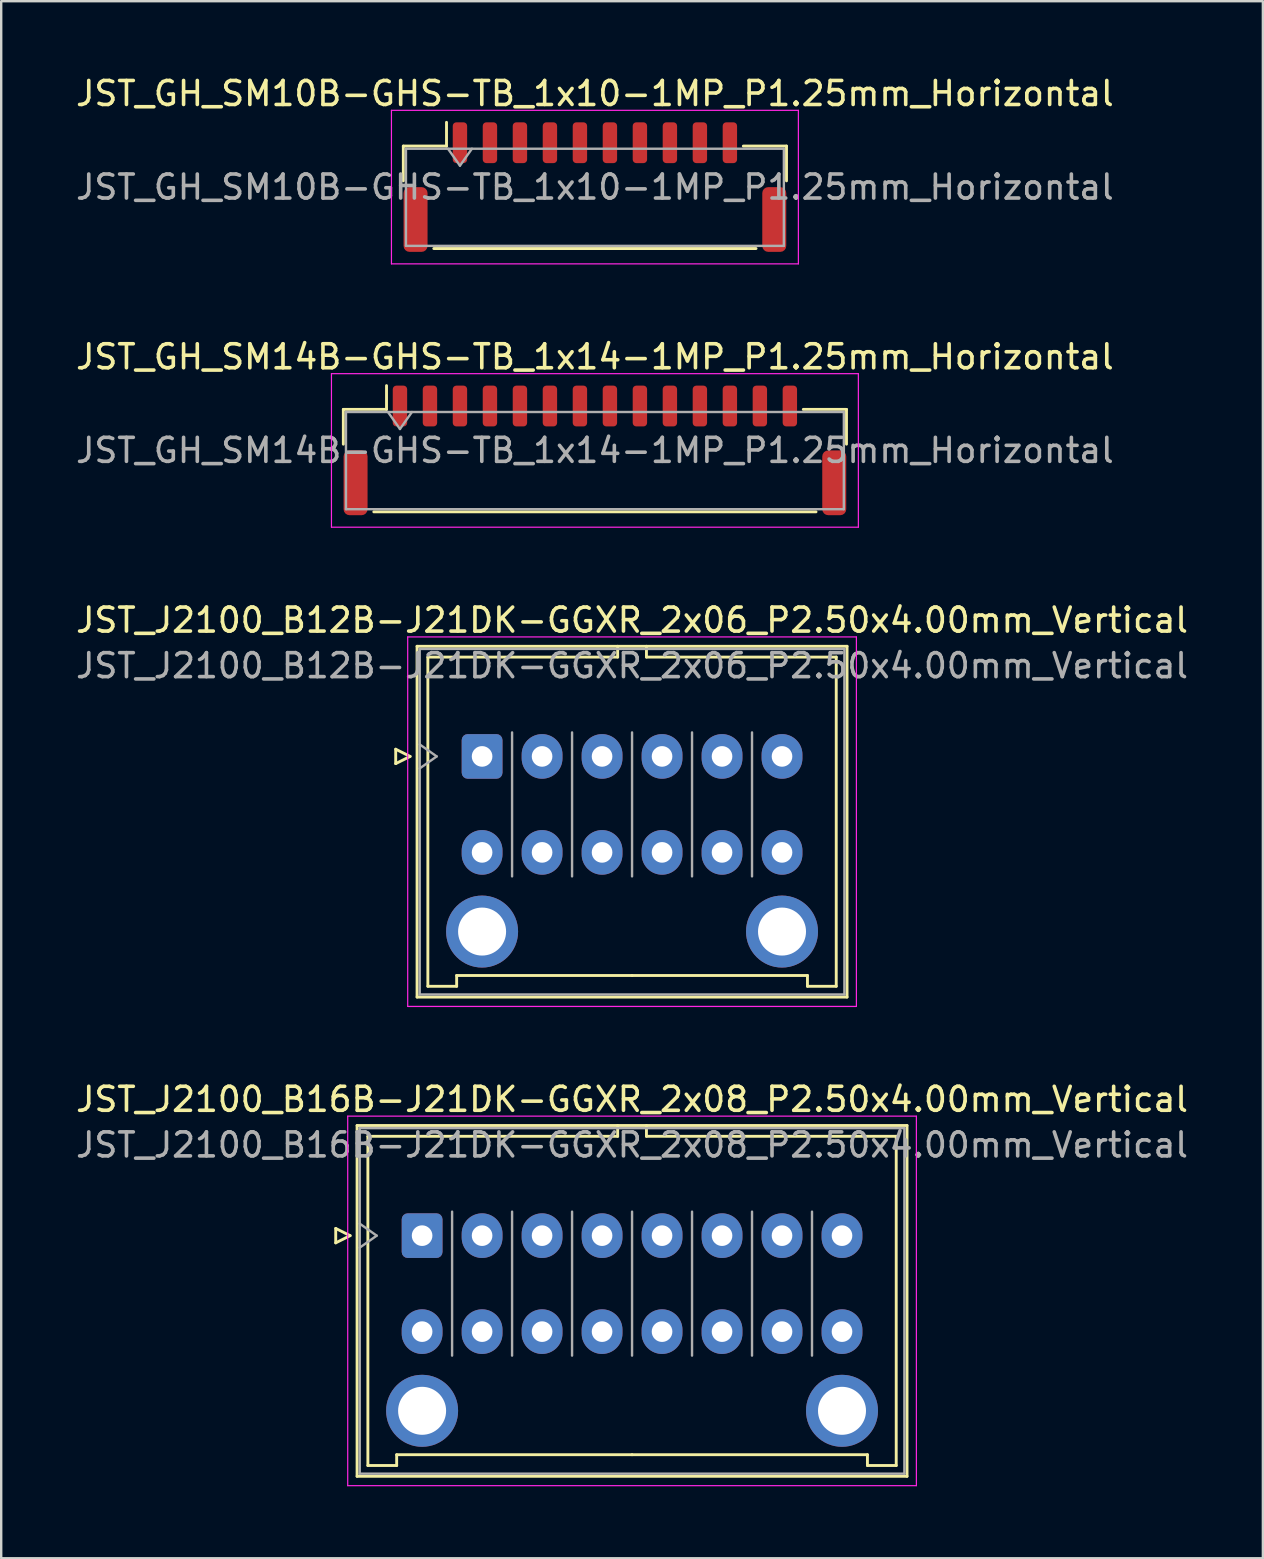
<source format=kicad_pcb>
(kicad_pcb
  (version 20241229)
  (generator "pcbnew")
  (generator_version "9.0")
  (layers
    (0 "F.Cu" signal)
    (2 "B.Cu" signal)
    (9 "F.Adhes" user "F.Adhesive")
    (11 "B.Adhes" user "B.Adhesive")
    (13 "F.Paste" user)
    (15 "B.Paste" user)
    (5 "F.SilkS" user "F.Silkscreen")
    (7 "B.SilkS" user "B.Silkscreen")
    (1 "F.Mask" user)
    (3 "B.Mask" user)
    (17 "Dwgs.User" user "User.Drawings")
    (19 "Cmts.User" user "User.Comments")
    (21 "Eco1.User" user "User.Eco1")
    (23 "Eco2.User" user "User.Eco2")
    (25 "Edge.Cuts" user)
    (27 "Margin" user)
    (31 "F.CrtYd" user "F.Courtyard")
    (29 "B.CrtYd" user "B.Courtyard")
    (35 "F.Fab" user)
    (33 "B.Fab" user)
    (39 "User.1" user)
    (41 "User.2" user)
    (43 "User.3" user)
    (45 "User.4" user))
  (footprint "JST_J2100_B12B-J21DK-GGXR_2x06_P2.50x4.00mm_Vertical"
    (layer "F.Cu")
    (at 17.042 28.475)
    (property "Reference" "JST_J2100_B12B-J21DK-GGXR_2x06_P2.50x4.00mm_Vertical" (at 6.25 -5.68 0) (layer "F.SilkS") (effects (font (size 1 1) (thickness 0.15))))
    (attr through_hole)
    (fp_line (start -3.6 -0.3) (end -3 0) (stroke (width 0.12) (type solid)) (layer "F.SilkS"))
    (fp_line (start -3.6 0.3) (end -3.6 -0.3) (stroke (width 0.12) (type solid)) (layer "F.SilkS"))
    (fp_line (start -3 0) (end -3.6 0.3) (stroke (width 0.12) (type solid)) (layer "F.SilkS"))
    (fp_line (start -2.71 -4.59) (end -2.71 10.03) (stroke (width 0.12) (type solid)) (layer "F.SilkS"))
    (fp_line (start -2.71 10.03) (end 15.21 10.03) (stroke (width 0.12) (type solid)) (layer "F.SilkS"))
    (fp_line (start -2.26 -4.14) (end -2.26 9.58) (stroke (width 0.12) (type solid)) (layer "F.SilkS"))
    (fp_line (start -2.26 9.58) (end -1.06 9.58) (stroke (width 0.12) (type solid)) (layer "F.SilkS"))
    (fp_line (start -1.06 9.13) (end 6.25 9.13) (stroke (width 0.12) (type solid)) (layer "F.SilkS"))
    (fp_line (start -1.06 9.58) (end -1.06 9.13) (stroke (width 0.12) (type solid)) (layer "F.SilkS"))
    (fp_line (start 5.65 -4.59) (end 5.65 -4.14) (stroke (width 0.12) (type solid)) (layer "F.SilkS"))
    (fp_line (start 5.65 -4.14) (end -2.26 -4.14) (stroke (width 0.12) (type solid)) (layer "F.SilkS"))
    (fp_line (start 6.85 -4.59) (end 6.85 -4.14) (stroke (width 0.12) (type solid)) (layer "F.SilkS"))
    (fp_line (start 6.85 -4.14) (end 14.76 -4.14) (stroke (width 0.12) (type solid)) (layer "F.SilkS"))
    (fp_line (start 13.56 9.13) (end 6.25 9.13) (stroke (width 0.12) (type solid)) (layer "F.SilkS"))
    (fp_line (start 13.56 9.58) (end 13.56 9.13) (stroke (width 0.12) (type solid)) (layer "F.SilkS"))
    (fp_line (start 14.76 -4.14) (end 14.76 9.58) (stroke (width 0.12) (type solid)) (layer "F.SilkS"))
    (fp_line (start 14.76 9.58) (end 13.56 9.58) (stroke (width 0.12) (type solid)) (layer "F.SilkS"))
    (fp_line (start 15.21 -4.59) (end -2.71 -4.59) (stroke (width 0.12) (type solid)) (layer "F.SilkS"))
    (fp_line (start 15.21 10.03) (end 15.21 -4.59) (stroke (width 0.12) (type solid)) (layer "F.SilkS"))
    (fp_line (start -3.1 -4.98) (end -3.1 10.42) (stroke (width 0.05) (type solid)) (layer "F.CrtYd"))
    (fp_line (start -3.1 10.42) (end 15.6 10.42) (stroke (width 0.05) (type solid)) (layer "F.CrtYd"))
    (fp_line (start 15.6 -4.98) (end -3.1 -4.98) (stroke (width 0.05) (type solid)) (layer "F.CrtYd"))
    (fp_line (start 15.6 10.42) (end 15.6 -4.98) (stroke (width 0.05) (type solid)) (layer "F.CrtYd"))
    (fp_line (start -2.6 -4.48) (end -2.6 9.92) (stroke (width 0.1) (type solid)) (layer "F.Fab"))
    (fp_line (start -2.6 0.5) (end -1.893 0) (stroke (width 0.1) (type solid)) (layer "F.Fab"))
    (fp_line (start -2.6 9.92) (end 15.1 9.92) (stroke (width 0.1) (type solid)) (layer "F.Fab"))
    (fp_line (start -1.893 0) (end -2.6 -0.5) (stroke (width 0.1) (type solid)) (layer "F.Fab"))
    (fp_line (start 1.25 5) (end 1.25 -1) (stroke (width 0.1) (type solid)) (layer "F.Fab"))
    (fp_line (start 3.75 5) (end 3.75 -1) (stroke (width 0.1) (type solid)) (layer "F.Fab"))
    (fp_line (start 6.25 5) (end 6.25 -1) (stroke (width 0.1) (type solid)) (layer "F.Fab"))
    (fp_line (start 8.75 5) (end 8.75 -1) (stroke (width 0.1) (type solid)) (layer "F.Fab"))
    (fp_line (start 11.25 5) (end 11.25 -1) (stroke (width 0.1) (type solid)) (layer "F.Fab"))
    (fp_line (start 15.1 -4.48) (end -2.6 -4.48) (stroke (width 0.1) (type solid)) (layer "F.Fab"))
    (fp_line (start 15.1 9.92) (end 15.1 -4.48) (stroke (width 0.1) (type solid)) (layer "F.Fab"))
    (fp_text user "${REFERENCE}" (at 6.25 -3.78 0) (layer "F.Fab") (effects (font (size 1 1) (thickness 0.15))))
    (pad "" thru_hole circle (at 0 7.3) (size 3 3) (drill 2) (layers "*.Cu" "*.Mask"))
    (pad "" thru_hole circle (at 12.5 7.3) (size 3 3) (drill 2) (layers "*.Cu" "*.Mask"))
    (pad "1" thru_hole roundrect (at 0 0) (size 1.7 1.86) (drill 0.86) (layers "*.Cu" "*.Mask") (roundrect_rratio 0.147))
    (pad "2" thru_hole oval (at 2.5 0) (size 1.7 1.86) (drill 0.86) (layers "*.Cu" "*.Mask"))
    (pad "3" thru_hole oval (at 5 0) (size 1.7 1.86) (drill 0.86) (layers "*.Cu" "*.Mask"))
    (pad "4" thru_hole oval (at 7.5 0) (size 1.7 1.86) (drill 0.86) (layers "*.Cu" "*.Mask"))
    (pad "5" thru_hole oval (at 10 0) (size 1.7 1.86) (drill 0.86) (layers "*.Cu" "*.Mask"))
    (pad "6" thru_hole oval (at 12.5 0) (size 1.7 1.86) (drill 0.86) (layers "*.Cu" "*.Mask"))
    (pad "7" thru_hole oval (at 0 4) (size 1.7 1.86) (drill 0.86) (layers "*.Cu" "*.Mask"))
    (pad "8" thru_hole oval (at 2.5 4) (size 1.7 1.86) (drill 0.86) (layers "*.Cu" "*.Mask"))
    (pad "9" thru_hole oval (at 5 4) (size 1.7 1.86) (drill 0.86) (layers "*.Cu" "*.Mask"))
    (pad "10" thru_hole oval (at 7.5 4) (size 1.7 1.86) (drill 0.86) (layers "*.Cu" "*.Mask"))
    (pad "11" thru_hole oval (at 10 4) (size 1.7 1.86) (drill 0.86) (layers "*.Cu" "*.Mask"))
    (pad "12" thru_hole oval (at 12.5 4) (size 1.7 1.86) (drill 0.86) (layers "*.Cu" "*.Mask")))
  (footprint "JST_J2100_B16B-J21DK-GGXR_2x08_P2.50x4.00mm_Vertical"
    (layer "F.Cu")
    (at 14.542 48.448)
    (property "Reference" "JST_J2100_B16B-J21DK-GGXR_2x08_P2.50x4.00mm_Vertical" (at 8.75 -5.68 0) (layer "F.SilkS") (effects (font (size 1 1) (thickness 0.15))))
    (attr through_hole)
    (fp_line (start -3.6 -0.3) (end -3 0) (stroke (width 0.12) (type solid)) (layer "F.SilkS"))
    (fp_line (start -3.6 0.3) (end -3.6 -0.3) (stroke (width 0.12) (type solid)) (layer "F.SilkS"))
    (fp_line (start -3 0) (end -3.6 0.3) (stroke (width 0.12) (type solid)) (layer "F.SilkS"))
    (fp_line (start -2.71 -4.59) (end -2.71 10.03) (stroke (width 0.12) (type solid)) (layer "F.SilkS"))
    (fp_line (start -2.71 10.03) (end 20.21 10.03) (stroke (width 0.12) (type solid)) (layer "F.SilkS"))
    (fp_line (start -2.26 -4.14) (end -2.26 9.58) (stroke (width 0.12) (type solid)) (layer "F.SilkS"))
    (fp_line (start -2.26 9.58) (end -1.06 9.58) (stroke (width 0.12) (type solid)) (layer "F.SilkS"))
    (fp_line (start -1.06 9.13) (end 8.75 9.13) (stroke (width 0.12) (type solid)) (layer "F.SilkS"))
    (fp_line (start -1.06 9.58) (end -1.06 9.13) (stroke (width 0.12) (type solid)) (layer "F.SilkS"))
    (fp_line (start 8.15 -4.59) (end 8.15 -4.14) (stroke (width 0.12) (type solid)) (layer "F.SilkS"))
    (fp_line (start 8.15 -4.14) (end -2.26 -4.14) (stroke (width 0.12) (type solid)) (layer "F.SilkS"))
    (fp_line (start 9.35 -4.59) (end 9.35 -4.14) (stroke (width 0.12) (type solid)) (layer "F.SilkS"))
    (fp_line (start 9.35 -4.14) (end 19.76 -4.14) (stroke (width 0.12) (type solid)) (layer "F.SilkS"))
    (fp_line (start 18.56 9.13) (end 8.75 9.13) (stroke (width 0.12) (type solid)) (layer "F.SilkS"))
    (fp_line (start 18.56 9.58) (end 18.56 9.13) (stroke (width 0.12) (type solid)) (layer "F.SilkS"))
    (fp_line (start 19.76 -4.14) (end 19.76 9.58) (stroke (width 0.12) (type solid)) (layer "F.SilkS"))
    (fp_line (start 19.76 9.58) (end 18.56 9.58) (stroke (width 0.12) (type solid)) (layer "F.SilkS"))
    (fp_line (start 20.21 -4.59) (end -2.71 -4.59) (stroke (width 0.12) (type solid)) (layer "F.SilkS"))
    (fp_line (start 20.21 10.03) (end 20.21 -4.59) (stroke (width 0.12) (type solid)) (layer "F.SilkS"))
    (fp_line (start -3.1 -4.98) (end -3.1 10.42) (stroke (width 0.05) (type solid)) (layer "F.CrtYd"))
    (fp_line (start -3.1 10.42) (end 20.6 10.42) (stroke (width 0.05) (type solid)) (layer "F.CrtYd"))
    (fp_line (start 20.6 -4.98) (end -3.1 -4.98) (stroke (width 0.05) (type solid)) (layer "F.CrtYd"))
    (fp_line (start 20.6 10.42) (end 20.6 -4.98) (stroke (width 0.05) (type solid)) (layer "F.CrtYd"))
    (fp_line (start -2.6 -4.48) (end -2.6 9.92) (stroke (width 0.1) (type solid)) (layer "F.Fab"))
    (fp_line (start -2.6 0.5) (end -1.893 0) (stroke (width 0.1) (type solid)) (layer "F.Fab"))
    (fp_line (start -2.6 9.92) (end 20.1 9.92) (stroke (width 0.1) (type solid)) (layer "F.Fab"))
    (fp_line (start -1.893 0) (end -2.6 -0.5) (stroke (width 0.1) (type solid)) (layer "F.Fab"))
    (fp_line (start 1.25 5) (end 1.25 -1) (stroke (width 0.1) (type solid)) (layer "F.Fab"))
    (fp_line (start 3.75 5) (end 3.75 -1) (stroke (width 0.1) (type solid)) (layer "F.Fab"))
    (fp_line (start 6.25 5) (end 6.25 -1) (stroke (width 0.1) (type solid)) (layer "F.Fab"))
    (fp_line (start 8.75 5) (end 8.75 -1) (stroke (width 0.1) (type solid)) (layer "F.Fab"))
    (fp_line (start 11.25 5) (end 11.25 -1) (stroke (width 0.1) (type solid)) (layer "F.Fab"))
    (fp_line (start 13.75 5) (end 13.75 -1) (stroke (width 0.1) (type solid)) (layer "F.Fab"))
    (fp_line (start 16.25 5) (end 16.25 -1) (stroke (width 0.1) (type solid)) (layer "F.Fab"))
    (fp_line (start 20.1 -4.48) (end -2.6 -4.48) (stroke (width 0.1) (type solid)) (layer "F.Fab"))
    (fp_line (start 20.1 9.92) (end 20.1 -4.48) (stroke (width 0.1) (type solid)) (layer "F.Fab"))
    (fp_text user "${REFERENCE}" (at 8.75 -3.78 0) (layer "F.Fab") (effects (font (size 1 1) (thickness 0.15))))
    (pad "" thru_hole circle (at 0 7.3) (size 3 3) (drill 2) (layers "*.Cu" "*.Mask"))
    (pad "" thru_hole circle (at 17.5 7.3) (size 3 3) (drill 2) (layers "*.Cu" "*.Mask"))
    (pad "1" thru_hole roundrect (at 0 0) (size 1.7 1.86) (drill 0.86) (layers "*.Cu" "*.Mask") (roundrect_rratio 0.147))
    (pad "2" thru_hole oval (at 2.5 0) (size 1.7 1.86) (drill 0.86) (layers "*.Cu" "*.Mask"))
    (pad "3" thru_hole oval (at 5 0) (size 1.7 1.86) (drill 0.86) (layers "*.Cu" "*.Mask"))
    (pad "4" thru_hole oval (at 7.5 0) (size 1.7 1.86) (drill 0.86) (layers "*.Cu" "*.Mask"))
    (pad "5" thru_hole oval (at 10 0) (size 1.7 1.86) (drill 0.86) (layers "*.Cu" "*.Mask"))
    (pad "6" thru_hole oval (at 12.5 0) (size 1.7 1.86) (drill 0.86) (layers "*.Cu" "*.Mask"))
    (pad "7" thru_hole oval (at 15 0) (size 1.7 1.86) (drill 0.86) (layers "*.Cu" "*.Mask"))
    (pad "8" thru_hole oval (at 17.5 0) (size 1.7 1.86) (drill 0.86) (layers "*.Cu" "*.Mask"))
    (pad "9" thru_hole oval (at 0 4) (size 1.7 1.86) (drill 0.86) (layers "*.Cu" "*.Mask"))
    (pad "10" thru_hole oval (at 2.5 4) (size 1.7 1.86) (drill 0.86) (layers "*.Cu" "*.Mask"))
    (pad "11" thru_hole oval (at 5 4) (size 1.7 1.86) (drill 0.86) (layers "*.Cu" "*.Mask"))
    (pad "12" thru_hole oval (at 7.5 4) (size 1.7 1.86) (drill 0.86) (layers "*.Cu" "*.Mask"))
    (pad "13" thru_hole oval (at 10 4) (size 1.7 1.86) (drill 0.86) (layers "*.Cu" "*.Mask"))
    (pad "14" thru_hole oval (at 12.5 4) (size 1.7 1.86) (drill 0.86) (layers "*.Cu" "*.Mask"))
    (pad "15" thru_hole oval (at 15 4) (size 1.7 1.86) (drill 0.86) (layers "*.Cu" "*.Mask"))
    (pad "16" thru_hole oval (at 17.5 4) (size 1.7 1.86) (drill 0.86) (layers "*.Cu" "*.Mask")))
  (footprint "JST_GH_SM10B-GHS-TB_1x10-1MP_P1.25mm_Horizontal"
    (layer "F.Cu")
    (at 21.744 4.748)
    (property "Reference" "JST_GH_SM10B-GHS-TB_1x10-1MP_P1.25mm_Horizontal" (at 0 -3.9 0) (layer "F.SilkS") (effects (font (size 1 1) (thickness 0.15))))
    (attr smd)
    (fp_line (start -7.985 -1.71) (end -6.185 -1.71) (stroke (width 0.12) (type solid)) (layer "F.SilkS"))
    (fp_line (start -7.985 -0.26) (end -7.985 -1.71) (stroke (width 0.12) (type solid)) (layer "F.SilkS"))
    (fp_line (start -6.715 2.56) (end 6.715 2.56) (stroke (width 0.12) (type solid)) (layer "F.SilkS"))
    (fp_line (start -6.185 -1.71) (end -6.185 -2.7) (stroke (width 0.12) (type solid)) (layer "F.SilkS"))
    (fp_line (start 7.985 -1.71) (end 6.185 -1.71) (stroke (width 0.12) (type solid)) (layer "F.SilkS"))
    (fp_line (start 7.985 -0.26) (end 7.985 -1.71) (stroke (width 0.12) (type solid)) (layer "F.SilkS"))
    (fp_line (start -8.48 -3.2) (end -8.48 3.2) (stroke (width 0.05) (type solid)) (layer "F.CrtYd"))
    (fp_line (start -8.48 3.2) (end 8.48 3.2) (stroke (width 0.05) (type solid)) (layer "F.CrtYd"))
    (fp_line (start 8.48 -3.2) (end -8.48 -3.2) (stroke (width 0.05) (type solid)) (layer "F.CrtYd"))
    (fp_line (start 8.48 3.2) (end 8.48 -3.2) (stroke (width 0.05) (type solid)) (layer "F.CrtYd"))
    (fp_line (start -7.875 -1.6) (end -7.875 2.45) (stroke (width 0.1) (type solid)) (layer "F.Fab"))
    (fp_line (start -7.875 -1.6) (end 7.875 -1.6) (stroke (width 0.1) (type solid)) (layer "F.Fab"))
    (fp_line (start -7.875 2.45) (end 7.875 2.45) (stroke (width 0.1) (type solid)) (layer "F.Fab"))
    (fp_line (start -6.125 -1.6) (end -5.625 -0.893) (stroke (width 0.1) (type solid)) (layer "F.Fab"))
    (fp_line (start -5.625 -0.893) (end -5.125 -1.6) (stroke (width 0.1) (type solid)) (layer "F.Fab"))
    (fp_line (start 7.875 -1.6) (end 7.875 2.45) (stroke (width 0.1) (type solid)) (layer "F.Fab"))
    (fp_text user "${REFERENCE}" (at 0 0 0) (layer "F.Fab") (effects (font (size 1 1) (thickness 0.15))))
    (pad "1" smd roundrect (at -5.625 -1.85) (size 0.6 1.7) (layers "F.Cu" "F.Mask" "F.Paste") (roundrect_rratio 0.25))
    (pad "2" smd roundrect (at -4.375 -1.85) (size 0.6 1.7) (layers "F.Cu" "F.Mask" "F.Paste") (roundrect_rratio 0.25))
    (pad "3" smd roundrect (at -3.125 -1.85) (size 0.6 1.7) (layers "F.Cu" "F.Mask" "F.Paste") (roundrect_rratio 0.25))
    (pad "4" smd roundrect (at -1.875 -1.85) (size 0.6 1.7) (layers "F.Cu" "F.Mask" "F.Paste") (roundrect_rratio 0.25))
    (pad "5" smd roundrect (at -0.625 -1.85) (size 0.6 1.7) (layers "F.Cu" "F.Mask" "F.Paste") (roundrect_rratio 0.25))
    (pad "6" smd roundrect (at 0.625 -1.85) (size 0.6 1.7) (layers "F.Cu" "F.Mask" "F.Paste") (roundrect_rratio 0.25))
    (pad "7" smd roundrect (at 1.875 -1.85) (size 0.6 1.7) (layers "F.Cu" "F.Mask" "F.Paste") (roundrect_rratio 0.25))
    (pad "8" smd roundrect (at 3.125 -1.85) (size 0.6 1.7) (layers "F.Cu" "F.Mask" "F.Paste") (roundrect_rratio 0.25))
    (pad "9" smd roundrect (at 4.375 -1.85) (size 0.6 1.7) (layers "F.Cu" "F.Mask" "F.Paste") (roundrect_rratio 0.25))
    (pad "10" smd roundrect (at 5.625 -1.85) (size 0.6 1.7) (layers "F.Cu" "F.Mask" "F.Paste") (roundrect_rratio 0.25))
    (pad "MP" smd roundrect (at -7.475 1.35) (size 1 2.7) (layers "F.Cu" "F.Mask" "F.Paste") (roundrect_rratio 0.25))
    (pad "MP" smd roundrect (at 7.475 1.35) (size 1 2.7) (layers "F.Cu" "F.Mask" "F.Paste") (roundrect_rratio 0.25)))
  (footprint "JST_GH_SM14B-GHS-TB_1x14-1MP_P1.25mm_Horizontal"
    (layer "F.Cu")
    (at 21.744 15.722)
    (property "Reference" "JST_GH_SM14B-GHS-TB_1x14-1MP_P1.25mm_Horizontal" (at 0 -3.9 0) (layer "F.SilkS") (effects (font (size 1 1) (thickness 0.15))))
    (attr smd)
    (fp_line (start -10.485 -1.71) (end -8.685 -1.71) (stroke (width 0.12) (type solid)) (layer "F.SilkS"))
    (fp_line (start -10.485 -0.26) (end -10.485 -1.71) (stroke (width 0.12) (type solid)) (layer "F.SilkS"))
    (fp_line (start -9.215 2.56) (end 9.215 2.56) (stroke (width 0.12) (type solid)) (layer "F.SilkS"))
    (fp_line (start -8.685 -1.71) (end -8.685 -2.7) (stroke (width 0.12) (type solid)) (layer "F.SilkS"))
    (fp_line (start 10.485 -1.71) (end 8.685 -1.71) (stroke (width 0.12) (type solid)) (layer "F.SilkS"))
    (fp_line (start 10.485 -0.26) (end 10.485 -1.71) (stroke (width 0.12) (type solid)) (layer "F.SilkS"))
    (fp_line (start -10.98 -3.2) (end -10.98 3.2) (stroke (width 0.05) (type solid)) (layer "F.CrtYd"))
    (fp_line (start -10.98 3.2) (end 10.98 3.2) (stroke (width 0.05) (type solid)) (layer "F.CrtYd"))
    (fp_line (start 10.98 -3.2) (end -10.98 -3.2) (stroke (width 0.05) (type solid)) (layer "F.CrtYd"))
    (fp_line (start 10.98 3.2) (end 10.98 -3.2) (stroke (width 0.05) (type solid)) (layer "F.CrtYd"))
    (fp_line (start -10.375 -1.6) (end -10.375 2.45) (stroke (width 0.1) (type solid)) (layer "F.Fab"))
    (fp_line (start -10.375 -1.6) (end 10.375 -1.6) (stroke (width 0.1) (type solid)) (layer "F.Fab"))
    (fp_line (start -10.375 2.45) (end 10.375 2.45) (stroke (width 0.1) (type solid)) (layer "F.Fab"))
    (fp_line (start -8.625 -1.6) (end -8.125 -0.893) (stroke (width 0.1) (type solid)) (layer "F.Fab"))
    (fp_line (start -8.125 -0.893) (end -7.625 -1.6) (stroke (width 0.1) (type solid)) (layer "F.Fab"))
    (fp_line (start 10.375 -1.6) (end 10.375 2.45) (stroke (width 0.1) (type solid)) (layer "F.Fab"))
    (fp_text user "${REFERENCE}" (at 0 0 0) (layer "F.Fab") (effects (font (size 1 1) (thickness 0.15))))
    (pad "1" smd roundrect (at -8.125 -1.85) (size 0.6 1.7) (layers "F.Cu" "F.Mask" "F.Paste") (roundrect_rratio 0.25))
    (pad "2" smd roundrect (at -6.875 -1.85) (size 0.6 1.7) (layers "F.Cu" "F.Mask" "F.Paste") (roundrect_rratio 0.25))
    (pad "3" smd roundrect (at -5.625 -1.85) (size 0.6 1.7) (layers "F.Cu" "F.Mask" "F.Paste") (roundrect_rratio 0.25))
    (pad "4" smd roundrect (at -4.375 -1.85) (size 0.6 1.7) (layers "F.Cu" "F.Mask" "F.Paste") (roundrect_rratio 0.25))
    (pad "5" smd roundrect (at -3.125 -1.85) (size 0.6 1.7) (layers "F.Cu" "F.Mask" "F.Paste") (roundrect_rratio 0.25))
    (pad "6" smd roundrect (at -1.875 -1.85) (size 0.6 1.7) (layers "F.Cu" "F.Mask" "F.Paste") (roundrect_rratio 0.25))
    (pad "7" smd roundrect (at -0.625 -1.85) (size 0.6 1.7) (layers "F.Cu" "F.Mask" "F.Paste") (roundrect_rratio 0.25))
    (pad "8" smd roundrect (at 0.625 -1.85) (size 0.6 1.7) (layers "F.Cu" "F.Mask" "F.Paste") (roundrect_rratio 0.25))
    (pad "9" smd roundrect (at 1.875 -1.85) (size 0.6 1.7) (layers "F.Cu" "F.Mask" "F.Paste") (roundrect_rratio 0.25))
    (pad "10" smd roundrect (at 3.125 -1.85) (size 0.6 1.7) (layers "F.Cu" "F.Mask" "F.Paste") (roundrect_rratio 0.25))
    (pad "11" smd roundrect (at 4.375 -1.85) (size 0.6 1.7) (layers "F.Cu" "F.Mask" "F.Paste") (roundrect_rratio 0.25))
    (pad "12" smd roundrect (at 5.625 -1.85) (size 0.6 1.7) (layers "F.Cu" "F.Mask" "F.Paste") (roundrect_rratio 0.25))
    (pad "13" smd roundrect (at 6.875 -1.85) (size 0.6 1.7) (layers "F.Cu" "F.Mask" "F.Paste") (roundrect_rratio 0.25))
    (pad "14" smd roundrect (at 8.125 -1.85) (size 0.6 1.7) (layers "F.Cu" "F.Mask" "F.Paste") (roundrect_rratio 0.25))
    (pad "MP" smd roundrect (at -9.975 1.35) (size 1 2.7) (layers "F.Cu" "F.Mask" "F.Paste") (roundrect_rratio 0.25))
    (pad "MP" smd roundrect (at 9.975 1.35) (size 1 2.7) (layers "F.Cu" "F.Mask" "F.Paste") (roundrect_rratio 0.25)))
  (gr_rect
    (start -3 -3)
    (end 49.583 61.893)
    (stroke (width 0.1) (type default))
    (fill no)
    (layer "Edge.Cuts")))
</source>
